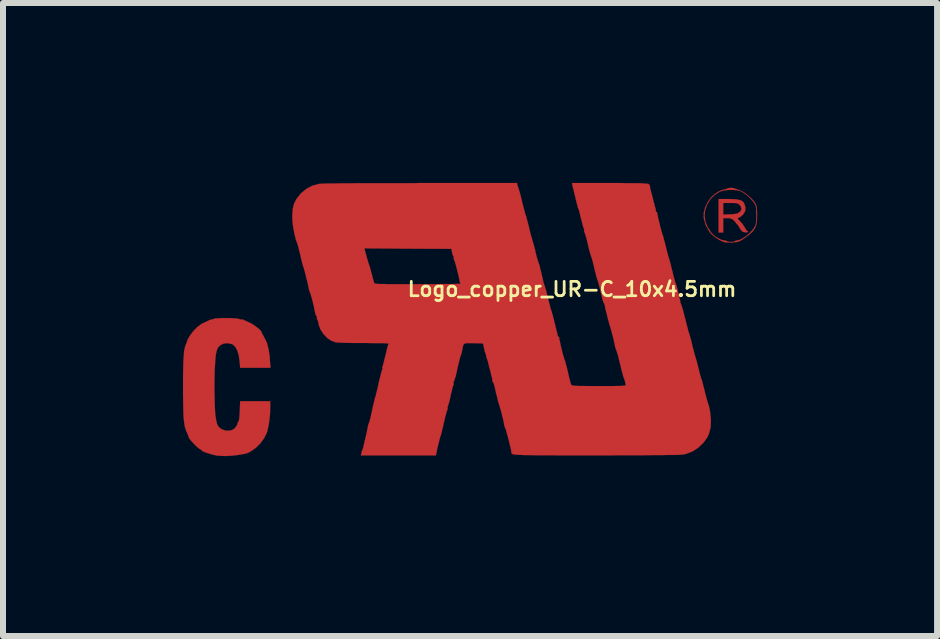
<source format=kicad_pcb>
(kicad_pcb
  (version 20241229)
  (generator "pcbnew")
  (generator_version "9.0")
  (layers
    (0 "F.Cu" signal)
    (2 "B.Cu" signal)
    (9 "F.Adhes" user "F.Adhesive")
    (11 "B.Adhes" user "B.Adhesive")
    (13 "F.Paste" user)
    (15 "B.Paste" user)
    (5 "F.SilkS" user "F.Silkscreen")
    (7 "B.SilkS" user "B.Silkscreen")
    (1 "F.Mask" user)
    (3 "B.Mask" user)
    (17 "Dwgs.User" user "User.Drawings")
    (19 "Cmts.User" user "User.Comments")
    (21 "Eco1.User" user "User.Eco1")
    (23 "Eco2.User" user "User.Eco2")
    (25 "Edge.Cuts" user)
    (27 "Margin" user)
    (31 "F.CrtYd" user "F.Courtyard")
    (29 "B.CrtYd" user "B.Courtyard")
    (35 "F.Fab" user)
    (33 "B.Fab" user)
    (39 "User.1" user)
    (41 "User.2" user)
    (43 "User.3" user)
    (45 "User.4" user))
  (footprint "Logo_copper_UR-C_10x4.5mm"
    (layer "F.Cu")
    (at 4.787 2.272)
    (property "Reference" "Logo_copper_UR-C_10x4.5mm" (at 1.7 -0.5 0) (layer "F.SilkS") (effects (font (size 0.239 0.239) (thickness 0.046))))
    (attr exclude_from_pos_files exclude_from_bom)
    (fp_poly (pts (xy 4.633 -1.46) (xy 4.623 -1.448) (xy 4.597 -1.448) (xy 4.564 -1.453) (xy 4.539 -1.463) (xy 4.531 -1.471) (xy 4.508 -1.499) (xy 4.488 -1.532) (xy 4.468 -1.565) (xy 4.435 -1.603) (xy 4.415 -1.628) (xy 4.381 -1.661) (xy 4.354 -1.676) (xy 4.323 -1.684) (xy 4.29 -1.684) (xy 4.221 -1.684) (xy 4.221 -1.565) (xy 4.221 -1.445) (xy 4.181 -1.445) (xy 4.143 -1.445) (xy 4.143 -1.725) (xy 4.143 -2.004) (xy 4.303 -2.004) (xy 4.392 -2.002) (xy 4.458 -1.996) (xy 4.508 -1.984) (xy 4.542 -1.966) (xy 4.567 -1.938) (xy 4.572 -1.925) (xy 4.592 -1.862) (xy 4.587 -1.803) (xy 4.554 -1.748) (xy 4.524 -1.72) (xy 4.524 -1.834) (xy 4.516 -1.875) (xy 4.496 -1.902) (xy 4.478 -1.92) (xy 4.458 -1.93) (xy 4.432 -1.935) (xy 4.392 -1.938) (xy 4.343 -1.938) (xy 4.221 -1.938) (xy 4.221 -1.841) (xy 4.221 -1.745) (xy 4.326 -1.748) (xy 4.381 -1.75) (xy 4.43 -1.758) (xy 4.46 -1.765) (xy 4.463 -1.765) (xy 4.506 -1.798) (xy 4.524 -1.834) (xy 4.524 -1.72) (xy 4.521 -1.717) (xy 4.491 -1.697) (xy 4.483 -1.694) (xy 4.465 -1.689) (xy 4.463 -1.679) (xy 4.473 -1.664) (xy 4.501 -1.633) (xy 4.506 -1.628) (xy 4.542 -1.587) (xy 4.572 -1.544) (xy 4.585 -1.521) (xy 4.602 -1.491) (xy 4.618 -1.473) (xy 4.62 -1.473) (xy 4.633 -1.463) (xy 4.633 -1.46)) (stroke (width 0.003) (type solid)) (fill yes) (layer "F.Cu"))
    (fp_poly (pts (xy 4.785 -1.737) (xy 4.783 -1.648) (xy 4.773 -1.575) (xy 4.773 -1.722) (xy 4.773 -1.732) (xy 4.77 -1.798) (xy 4.77 -1.844) (xy 4.765 -1.877) (xy 4.755 -1.905) (xy 4.74 -1.933) (xy 4.737 -1.938) (xy 4.696 -1.989) (xy 4.643 -2.045) (xy 4.582 -2.093) (xy 4.524 -2.131) (xy 4.514 -2.134) (xy 4.46 -2.149) (xy 4.392 -2.156) (xy 4.315 -2.156) (xy 4.242 -2.149) (xy 4.178 -2.131) (xy 4.163 -2.126) (xy 4.079 -2.073) (xy 4.008 -2.002) (xy 3.952 -1.913) (xy 3.917 -1.808) (xy 3.909 -1.72) (xy 3.924 -1.626) (xy 3.962 -1.532) (xy 4.021 -1.445) (xy 4.041 -1.422) (xy 4.082 -1.384) (xy 4.135 -1.351) (xy 4.186 -1.326) (xy 4.232 -1.313) (xy 4.242 -1.313) (xy 4.27 -1.308) (xy 4.282 -1.3) (xy 4.298 -1.293) (xy 4.333 -1.288) (xy 4.348 -1.288) (xy 4.384 -1.29) (xy 4.409 -1.298) (xy 4.415 -1.3) (xy 4.432 -1.311) (xy 4.453 -1.313) (xy 4.496 -1.323) (xy 4.549 -1.351) (xy 4.608 -1.389) (xy 4.663 -1.438) (xy 4.709 -1.488) (xy 4.737 -1.527) (xy 4.752 -1.554) (xy 4.763 -1.582) (xy 4.768 -1.615) (xy 4.77 -1.659) (xy 4.773 -1.722) (xy 4.773 -1.575) (xy 4.75 -1.516) (xy 4.714 -1.466) (xy 4.663 -1.417) (xy 4.59 -1.361) (xy 4.572 -1.349) (xy 4.524 -1.318) (xy 4.486 -1.298) (xy 4.45 -1.288) (xy 4.407 -1.283) (xy 4.381 -1.28) (xy 4.328 -1.28) (xy 4.28 -1.28) (xy 4.249 -1.283) (xy 4.204 -1.298) (xy 4.145 -1.328) (xy 4.087 -1.367) (xy 4.039 -1.407) (xy 4.018 -1.425) (xy 3.97 -1.491) (xy 3.929 -1.57) (xy 3.904 -1.656) (xy 3.896 -1.687) (xy 3.896 -1.773) (xy 3.919 -1.862) (xy 3.96 -1.951) (xy 4.016 -2.029) (xy 4.039 -2.052) (xy 4.089 -2.095) (xy 4.148 -2.131) (xy 4.201 -2.154) (xy 4.244 -2.164) (xy 4.272 -2.169) (xy 4.282 -2.177) (xy 4.3 -2.184) (xy 4.333 -2.189) (xy 4.374 -2.189) (xy 4.407 -2.182) (xy 4.417 -2.177) (xy 4.445 -2.167) (xy 4.486 -2.154) (xy 4.493 -2.151) (xy 4.539 -2.131) (xy 4.592 -2.098) (xy 4.648 -2.052) (xy 4.699 -2.004) (xy 4.74 -1.958) (xy 4.755 -1.933) (xy 4.77 -1.902) (xy 4.778 -1.869) (xy 4.783 -1.826) (xy 4.785 -1.768) (xy 4.785 -1.737)) (stroke (width 0.003) (type solid)) (fill yes) (layer "F.Cu"))
    (fp_poly (pts (xy -3.327 0.81) (xy -3.581 0.81) (xy -3.833 0.81) (xy -3.843 0.696) (xy -3.856 0.605) (xy -3.879 0.526) (xy -3.912 0.465) (xy -3.952 0.424) (xy -3.975 0.414) (xy -4.044 0.399) (xy -4.107 0.406) (xy -4.163 0.432) (xy -4.204 0.475) (xy -4.214 0.495) (xy -4.229 0.544) (xy -4.242 0.617) (xy -4.249 0.716) (xy -4.257 0.833) (xy -4.26 0.973) (xy -4.262 1.113) (xy -4.26 1.273) (xy -4.257 1.41) (xy -4.252 1.524) (xy -4.244 1.615) (xy -4.232 1.687) (xy -4.219 1.742) (xy -4.201 1.781) (xy -4.188 1.798) (xy -4.138 1.836) (xy -4.074 1.857) (xy -4.008 1.857) (xy -3.967 1.847) (xy -3.932 1.826) (xy -3.901 1.791) (xy -3.881 1.755) (xy -3.876 1.737) (xy -3.868 1.714) (xy -3.863 1.709) (xy -3.856 1.694) (xy -3.848 1.656) (xy -3.843 1.595) (xy -3.84 1.534) (xy -3.833 1.367) (xy -3.581 1.367) (xy -3.332 1.367) (xy -3.332 1.488) (xy -3.335 1.58) (xy -3.345 1.676) (xy -3.358 1.768) (xy -3.376 1.849) (xy -3.388 1.892) (xy -3.432 1.981) (xy -3.495 2.068) (xy -3.571 2.144) (xy -3.658 2.205) (xy -3.678 2.217) (xy -3.729 2.238) (xy -3.802 2.253) (xy -3.889 2.266) (xy -3.98 2.276) (xy -4.072 2.281) (xy -4.158 2.278) (xy -4.229 2.273) (xy -4.247 2.268) (xy -4.31 2.253) (xy -4.369 2.235) (xy -4.422 2.217) (xy -4.46 2.2) (xy -4.478 2.184) (xy -4.478 2.182) (xy -4.496 2.167) (xy -4.506 2.164) (xy -4.521 2.154) (xy -4.549 2.131) (xy -4.585 2.098) (xy -4.62 2.06) (xy -4.653 2.024) (xy -4.676 1.996) (xy -4.686 1.979) (xy -4.691 1.961) (xy -4.704 1.928) (xy -4.709 1.915) (xy -4.724 1.882) (xy -4.732 1.862) (xy -4.735 1.859) (xy -4.74 1.841) (xy -4.742 1.831) (xy -4.755 1.796) (xy -4.763 1.75) (xy -4.77 1.692) (xy -4.778 1.615) (xy -4.78 1.524) (xy -4.783 1.41) (xy -4.785 1.275) (xy -4.785 1.135) (xy -4.785 0.965) (xy -4.783 0.823) (xy -4.78 0.704) (xy -4.773 0.607) (xy -4.768 0.531) (xy -4.757 0.478) (xy -4.747 0.442) (xy -4.742 0.432) (xy -4.735 0.414) (xy -4.732 0.411) (xy -4.709 0.34) (xy -4.666 0.267) (xy -4.61 0.193) (xy -4.547 0.13) (xy -4.481 0.081) (xy -4.458 0.069) (xy -4.392 0.038) (xy -4.343 0.015) (xy -4.313 0.005) (xy -4.308 0.005) (xy -4.285 0) (xy -4.267 -0.008) (xy -4.242 -0.013) (xy -4.196 -0.015) (xy -4.138 -0.018) (xy -4.074 -0.018) (xy -4.006 -0.018) (xy -3.945 -0.015) (xy -3.894 -0.013) (xy -3.858 -0.005) (xy -3.848 -0.003) (xy -3.828 0.005) (xy -3.818 0.003) (xy -3.802 0.003) (xy -3.78 0.008) (xy -3.752 0.023) (xy -3.711 0.041) (xy -3.673 0.058) (xy -3.63 0.081) (xy -3.584 0.112) (xy -3.541 0.145) (xy -3.505 0.175) (xy -3.482 0.201) (xy -3.477 0.213) (xy -3.472 0.229) (xy -3.454 0.262) (xy -3.437 0.292) (xy -3.388 0.389) (xy -3.358 0.505) (xy -3.338 0.643) (xy -3.338 0.673) (xy -3.327 0.81)) (stroke (width 0.003) (type solid)) (fill yes) (layer "F.Cu"))
    (fp_poly (pts (xy 4.016 1.681) (xy 4.011 1.801) (xy 3.983 1.908) (xy 3.955 1.971) (xy 3.889 2.062) (xy 3.805 2.141) (xy 3.708 2.205) (xy 3.602 2.245) (xy 3.551 2.256) (xy 3.526 2.258) (xy 3.472 2.261) (xy 3.399 2.263) (xy 3.299 2.263) (xy 3.18 2.266) (xy 3.04 2.266) (xy 2.88 2.268) (xy 2.705 2.268) (xy 2.512 2.268) (xy 2.304 2.271) (xy 2.101 2.271) (xy 1.875 2.271) (xy 1.676 2.271) (xy 1.501 2.271) (xy 1.349 2.268) (xy 1.214 2.268) (xy 1.102 2.268) (xy 1.006 2.266) (xy 0.925 2.266) (xy 0.861 2.263) (xy 0.81 2.261) (xy 0.77 2.258) (xy 0.739 2.256) (xy 0.716 2.25) (xy 0.704 2.245) (xy 0.696 2.24) (xy 0.691 2.235) (xy 0.688 2.228) (xy 0.688 2.217) (xy 0.686 2.195) (xy 0.678 2.151) (xy 0.663 2.095) (xy 0.648 2.032) (xy 0.632 1.966) (xy 0.615 1.908) (xy 0.602 1.859) (xy 0.592 1.826) (xy 0.589 1.824) (xy 0.577 1.791) (xy 0.569 1.768) (xy 0.569 1.765) (xy 0.566 1.745) (xy 0.559 1.704) (xy 0.546 1.648) (xy 0.531 1.59) (xy 0.518 1.534) (xy 0.503 1.486) (xy 0.493 1.45) (xy 0.49 1.44) (xy 0.48 1.412) (xy 0.465 1.361) (xy 0.45 1.295) (xy 0.429 1.214) (xy 0.409 1.125) (xy 0.399 1.085) (xy 0.389 1.057) (xy 0.381 1.049) (xy 0.371 1.036) (xy 0.371 1.024) (xy 0.371 0.993) (xy 0.366 0.98) (xy 0.361 0.96) (xy 0.351 0.922) (xy 0.338 0.866) (xy 0.323 0.81) (xy 0.307 0.747) (xy 0.295 0.696) (xy 0.282 0.658) (xy 0.274 0.64) (xy 0.267 0.62) (xy 0.269 0.612) (xy 0.269 0.597) (xy 0.267 0.594) (xy 0.259 0.579) (xy 0.249 0.546) (xy 0.236 0.5) (xy 0.236 0.498) (xy 0.216 0.404) (xy 0.056 0.399) (xy -0.01 0.399) (xy -0.056 0.399) (xy -0.086 0.404) (xy -0.104 0.417) (xy -0.117 0.442) (xy -0.124 0.483) (xy -0.132 0.523) (xy -0.142 0.566) (xy -0.152 0.597) (xy -0.155 0.602) (xy -0.155 -0.592) (xy -0.17 -0.61) (xy -0.17 -0.617) (xy -0.175 -0.643) (xy -0.183 -0.683) (xy -0.196 -0.739) (xy -0.211 -0.8) (xy -0.226 -0.861) (xy -0.241 -0.917) (xy -0.254 -0.96) (xy -0.264 -0.986) (xy -0.267 -0.991) (xy -0.274 -1.016) (xy -0.272 -1.029) (xy -0.272 -1.044) (xy -0.277 -1.046) (xy -0.284 -1.059) (xy -0.295 -1.09) (xy -0.3 -1.11) (xy -0.31 -1.173) (xy -1.036 -1.176) (xy -1.763 -1.181) (xy -1.727 -1.052) (xy -1.712 -0.996) (xy -1.699 -0.953) (xy -1.689 -0.922) (xy -1.687 -0.914) (xy -1.679 -0.899) (xy -1.669 -0.866) (xy -1.661 -0.836) (xy -1.646 -0.777) (xy -1.628 -0.714) (xy -1.623 -0.688) (xy -1.61 -0.645) (xy -1.6 -0.612) (xy -1.598 -0.599) (xy -1.59 -0.597) (xy -1.575 -0.592) (xy -1.542 -0.589) (xy -1.496 -0.587) (xy -1.433 -0.587) (xy -1.351 -0.584) (xy -1.25 -0.584) (xy -1.128 -0.584) (xy -0.98 -0.584) (xy -0.866 -0.584) (xy -0.729 -0.584) (xy -0.602 -0.584) (xy -0.488 -0.587) (xy -0.386 -0.587) (xy -0.3 -0.587) (xy -0.231 -0.589) (xy -0.183 -0.589) (xy -0.157 -0.592) (xy -0.155 -0.592) (xy -0.155 0.602) (xy -0.157 0.61) (xy -0.163 0.625) (xy -0.173 0.66) (xy -0.185 0.714) (xy -0.201 0.777) (xy -0.211 0.823) (xy -0.226 0.892) (xy -0.241 0.955) (xy -0.257 1.001) (xy -0.264 1.031) (xy -0.269 1.036) (xy -0.277 1.054) (xy -0.274 1.064) (xy -0.272 1.09) (xy -0.277 1.095) (xy -0.284 1.113) (xy -0.295 1.151) (xy -0.307 1.204) (xy -0.323 1.265) (xy -0.323 1.273) (xy -0.338 1.339) (xy -0.351 1.392) (xy -0.363 1.43) (xy -0.371 1.45) (xy -0.376 1.473) (xy -0.373 1.481) (xy -0.376 1.506) (xy -0.381 1.516) (xy -0.389 1.534) (xy -0.399 1.575) (xy -0.414 1.628) (xy -0.429 1.694) (xy -0.437 1.725) (xy -0.452 1.796) (xy -0.467 1.857) (xy -0.48 1.908) (xy -0.488 1.938) (xy -0.49 1.946) (xy -0.5 1.968) (xy -0.511 2.012) (xy -0.523 2.065) (xy -0.531 2.09) (xy -0.544 2.146) (xy -0.554 2.197) (xy -0.561 2.233) (xy -0.564 2.24) (xy -0.569 2.271) (xy -1.196 2.271) (xy -1.821 2.271) (xy -1.811 2.228) (xy -1.801 2.192) (xy -1.791 2.172) (xy -1.791 2.169) (xy -1.786 2.154) (xy -1.775 2.113) (xy -1.763 2.06) (xy -1.748 1.994) (xy -1.73 1.92) (xy -1.714 1.844) (xy -1.704 1.791) (xy -1.697 1.758) (xy -1.687 1.732) (xy -1.679 1.714) (xy -1.669 1.676) (xy -1.656 1.623) (xy -1.641 1.557) (xy -1.633 1.519) (xy -1.618 1.448) (xy -1.603 1.384) (xy -1.59 1.333) (xy -1.582 1.3) (xy -1.577 1.293) (xy -1.572 1.273) (xy -1.562 1.229) (xy -1.547 1.171) (xy -1.532 1.102) (xy -1.527 1.074) (xy -1.509 1.003) (xy -1.494 0.94) (xy -1.481 0.892) (xy -1.473 0.859) (xy -1.468 0.851) (xy -1.46 0.826) (xy -1.463 0.813) (xy -1.466 0.798) (xy -1.46 0.79) (xy -1.453 0.772) (xy -1.443 0.734) (xy -1.43 0.681) (xy -1.415 0.617) (xy -1.412 0.61) (xy -1.397 0.546) (xy -1.384 0.49) (xy -1.372 0.45) (xy -1.367 0.429) (xy -1.364 0.429) (xy -1.359 0.411) (xy -1.361 0.406) (xy -1.377 0.404) (xy -1.415 0.401) (xy -1.473 0.399) (xy -1.549 0.399) (xy -1.636 0.399) (xy -1.735 0.396) (xy -1.773 0.396) (xy -1.877 0.396) (xy -1.976 0.396) (xy -2.065 0.394) (xy -2.141 0.391) (xy -2.2 0.389) (xy -2.238 0.384) (xy -2.243 0.384) (xy -2.314 0.358) (xy -2.383 0.312) (xy -2.443 0.249) (xy -2.492 0.175) (xy -2.522 0.097) (xy -2.527 0.069) (xy -2.535 0.033) (xy -2.545 0.01) (xy -2.548 0.005) (xy -2.555 -0.008) (xy -2.553 -0.025) (xy -2.553 -0.046) (xy -2.558 -0.051) (xy -2.57 -0.064) (xy -2.578 -0.091) (xy -2.581 -0.094) (xy -2.591 -0.147) (xy -2.603 -0.208) (xy -2.619 -0.274) (xy -2.634 -0.335) (xy -2.649 -0.386) (xy -2.659 -0.424) (xy -2.667 -0.442) (xy -2.677 -0.465) (xy -2.687 -0.5) (xy -2.687 -0.503) (xy -2.7 -0.566) (xy -2.715 -0.635) (xy -2.733 -0.701) (xy -2.748 -0.765) (xy -2.761 -0.815) (xy -2.771 -0.848) (xy -2.774 -0.856) (xy -2.781 -0.879) (xy -2.794 -0.919) (xy -2.809 -0.978) (xy -2.824 -1.044) (xy -2.827 -1.062) (xy -2.845 -1.13) (xy -2.86 -1.194) (xy -2.875 -1.245) (xy -2.885 -1.278) (xy -2.888 -1.28) (xy -2.908 -1.339) (xy -2.926 -1.415) (xy -2.944 -1.504) (xy -2.957 -1.593) (xy -2.964 -1.676) (xy -2.964 -1.725) (xy -2.957 -1.834) (xy -2.934 -1.928) (xy -2.891 -2.009) (xy -2.827 -2.09) (xy -2.817 -2.101) (xy -2.728 -2.174) (xy -2.631 -2.225) (xy -2.52 -2.256) (xy -2.517 -2.256) (xy -2.492 -2.258) (xy -2.438 -2.261) (xy -2.362 -2.263) (xy -2.261 -2.263) (xy -2.136 -2.266) (xy -1.991 -2.266) (xy -1.824 -2.268) (xy -1.633 -2.268) (xy -1.427 -2.268) (xy -1.199 -2.268) (xy -0.955 -2.268) (xy -0.826 -2.271) (xy 0.782 -2.271) (xy 0.79 -2.233) (xy 0.8 -2.202) (xy 0.808 -2.184) (xy 0.815 -2.159) (xy 0.815 -2.156) (xy 0.823 -2.134) (xy 0.826 -2.123) (xy 0.831 -2.103) (xy 0.843 -2.062) (xy 0.856 -2.009) (xy 0.871 -1.943) (xy 0.874 -1.93) (xy 0.892 -1.864) (xy 0.907 -1.806) (xy 0.919 -1.76) (xy 0.927 -1.735) (xy 0.93 -1.732) (xy 0.937 -1.709) (xy 0.947 -1.666) (xy 0.963 -1.61) (xy 0.98 -1.544) (xy 0.983 -1.532) (xy 0.998 -1.466) (xy 1.013 -1.407) (xy 1.026 -1.361) (xy 1.034 -1.336) (xy 1.034 -1.333) (xy 1.041 -1.311) (xy 1.054 -1.267) (xy 1.069 -1.212) (xy 1.087 -1.146) (xy 1.087 -1.14) (xy 1.102 -1.074) (xy 1.118 -1.019) (xy 1.13 -0.973) (xy 1.14 -0.95) (xy 1.14 -0.947) (xy 1.148 -0.925) (xy 1.161 -0.884) (xy 1.173 -0.831) (xy 1.189 -0.772) (xy 1.201 -0.714) (xy 1.214 -0.665) (xy 1.219 -0.632) (xy 1.222 -0.622) (xy 1.227 -0.602) (xy 1.24 -0.569) (xy 1.24 -0.566) (xy 1.25 -0.536) (xy 1.265 -0.488) (xy 1.28 -0.427) (xy 1.298 -0.358) (xy 1.3 -0.351) (xy 1.316 -0.284) (xy 1.331 -0.229) (xy 1.341 -0.183) (xy 1.349 -0.16) (xy 1.349 -0.157) (xy 1.359 -0.132) (xy 1.361 -0.124) (xy 1.367 -0.102) (xy 1.372 -0.091) (xy 1.377 -0.071) (xy 1.387 -0.03) (xy 1.4 0.02) (xy 1.412 0.071) (xy 1.427 0.132) (xy 1.44 0.185) (xy 1.45 0.221) (xy 1.455 0.239) (xy 1.46 0.267) (xy 1.46 0.274) (xy 1.468 0.29) (xy 1.473 0.292) (xy 1.486 0.302) (xy 1.486 0.31) (xy 1.488 0.333) (xy 1.499 0.376) (xy 1.509 0.429) (xy 1.524 0.49) (xy 1.539 0.551) (xy 1.554 0.607) (xy 1.567 0.65) (xy 1.575 0.678) (xy 1.577 0.683) (xy 1.585 0.699) (xy 1.595 0.737) (xy 1.61 0.792) (xy 1.626 0.859) (xy 1.633 0.889) (xy 1.648 0.958) (xy 1.664 1.019) (xy 1.676 1.064) (xy 1.687 1.092) (xy 1.689 1.097) (xy 1.699 1.102) (xy 1.722 1.107) (xy 1.76 1.11) (xy 1.816 1.113) (xy 1.892 1.113) (xy 1.991 1.115) (xy 2.111 1.115) (xy 2.151 1.115) (xy 2.273 1.115) (xy 2.372 1.115) (xy 2.449 1.113) (xy 2.504 1.113) (xy 2.545 1.11) (xy 2.573 1.107) (xy 2.588 1.105) (xy 2.596 1.1) (xy 2.596 1.095) (xy 2.596 1.092) (xy 2.588 1.062) (xy 2.581 1.029) (xy 2.57 0.996) (xy 2.563 0.975) (xy 2.555 0.958) (xy 2.545 0.919) (xy 2.53 0.866) (xy 2.515 0.803) (xy 2.51 0.782) (xy 2.494 0.716) (xy 2.479 0.658) (xy 2.469 0.612) (xy 2.461 0.587) (xy 2.459 0.584) (xy 2.451 0.556) (xy 2.449 0.551) (xy 2.443 0.528) (xy 2.431 0.5) (xy 2.421 0.47) (xy 2.416 0.45) (xy 2.413 0.427) (xy 2.403 0.386) (xy 2.393 0.335) (xy 2.377 0.277) (xy 2.362 0.218) (xy 2.349 0.17) (xy 2.339 0.137) (xy 2.337 0.124) (xy 2.327 0.102) (xy 2.316 0.058) (xy 2.301 0.005) (xy 2.286 -0.056) (xy 2.271 -0.117) (xy 2.256 -0.173) (xy 2.248 -0.218) (xy 2.243 -0.241) (xy 2.243 -0.244) (xy 2.238 -0.262) (xy 2.233 -0.264) (xy 2.225 -0.277) (xy 2.215 -0.307) (xy 2.205 -0.34) (xy 2.179 -0.45) (xy 2.159 -0.536) (xy 2.141 -0.602) (xy 2.129 -0.643) (xy 2.123 -0.655) (xy 2.116 -0.678) (xy 2.103 -0.721) (xy 2.09 -0.777) (xy 2.073 -0.843) (xy 2.07 -0.856) (xy 2.055 -0.922) (xy 2.04 -0.98) (xy 2.027 -1.026) (xy 2.017 -1.052) (xy 2.017 -1.054) (xy 2.009 -1.077) (xy 1.996 -1.12) (xy 1.981 -1.176) (xy 1.966 -1.242) (xy 1.963 -1.252) (xy 1.948 -1.318) (xy 1.933 -1.374) (xy 1.92 -1.417) (xy 1.91 -1.44) (xy 1.908 -1.443) (xy 1.9 -1.468) (xy 1.902 -1.478) (xy 1.902 -1.501) (xy 1.897 -1.509) (xy 1.892 -1.524) (xy 1.88 -1.562) (xy 1.867 -1.613) (xy 1.852 -1.671) (xy 1.836 -1.732) (xy 1.824 -1.786) (xy 1.814 -1.821) (xy 1.806 -1.839) (xy 1.798 -1.862) (xy 1.798 -1.864) (xy 1.791 -1.887) (xy 1.788 -1.897) (xy 1.783 -1.918) (xy 1.773 -1.956) (xy 1.76 -2.009) (xy 1.745 -2.073) (xy 1.73 -2.136) (xy 1.714 -2.197) (xy 1.704 -2.24) (xy 1.699 -2.271) (xy 2.329 -2.271) (xy 2.479 -2.271) (xy 2.603 -2.268) (xy 2.705 -2.268) (xy 2.786 -2.268) (xy 2.852 -2.266) (xy 2.901 -2.263) (xy 2.936 -2.261) (xy 2.959 -2.258) (xy 2.974 -2.256) (xy 2.982 -2.25) (xy 2.997 -2.228) (xy 3 -2.212) (xy 3.002 -2.187) (xy 3.005 -2.177) (xy 3.01 -2.156) (xy 3.02 -2.116) (xy 3.035 -2.062) (xy 3.048 -2.012) (xy 3.063 -1.951) (xy 3.076 -1.9) (xy 3.086 -1.864) (xy 3.091 -1.852) (xy 3.096 -1.826) (xy 3.096 -1.814) (xy 3.099 -1.796) (xy 3.106 -1.791) (xy 3.119 -1.781) (xy 3.119 -1.77) (xy 3.124 -1.75) (xy 3.132 -1.707) (xy 3.145 -1.651) (xy 3.16 -1.59) (xy 3.175 -1.529) (xy 3.19 -1.473) (xy 3.203 -1.427) (xy 3.211 -1.402) (xy 3.213 -1.4) (xy 3.221 -1.377) (xy 3.231 -1.333) (xy 3.246 -1.278) (xy 3.264 -1.212) (xy 3.266 -1.201) (xy 3.282 -1.135) (xy 3.297 -1.077) (xy 3.31 -1.034) (xy 3.317 -1.008) (xy 3.325 -0.988) (xy 3.335 -0.947) (xy 3.35 -0.892) (xy 3.365 -0.826) (xy 3.373 -0.803) (xy 3.388 -0.734) (xy 3.404 -0.678) (xy 3.416 -0.635) (xy 3.421 -0.612) (xy 3.424 -0.61) (xy 3.429 -0.594) (xy 3.442 -0.561) (xy 3.454 -0.513) (xy 3.467 -0.46) (xy 3.482 -0.401) (xy 3.493 -0.351) (xy 3.503 -0.312) (xy 3.505 -0.29) (xy 3.51 -0.269) (xy 3.523 -0.236) (xy 3.523 -0.234) (xy 3.533 -0.206) (xy 3.548 -0.157) (xy 3.564 -0.097) (xy 3.581 -0.025) (xy 3.592 0.005) (xy 3.607 0.076) (xy 3.625 0.14) (xy 3.637 0.191) (xy 3.647 0.224) (xy 3.65 0.231) (xy 3.658 0.254) (xy 3.67 0.297) (xy 3.686 0.353) (xy 3.701 0.419) (xy 3.703 0.432) (xy 3.721 0.498) (xy 3.736 0.556) (xy 3.749 0.602) (xy 3.757 0.627) (xy 3.757 0.63) (xy 3.764 0.653) (xy 3.777 0.696) (xy 3.792 0.752) (xy 3.807 0.815) (xy 3.81 0.823) (xy 3.825 0.886) (xy 3.84 0.945) (xy 3.853 0.988) (xy 3.863 1.013) (xy 3.871 1.036) (xy 3.881 1.079) (xy 3.896 1.138) (xy 3.914 1.204) (xy 3.917 1.222) (xy 3.934 1.288) (xy 3.95 1.344) (xy 3.962 1.387) (xy 3.97 1.412) (xy 3.97 1.415) (xy 3.978 1.433) (xy 3.988 1.471) (xy 3.998 1.521) (xy 4.003 1.554) (xy 4.016 1.681)) (stroke (width 0.003) (type solid)) (fill yes) (layer "F.Cu")))
  (gr_rect
    (start -3 -3)
    (end 12.573 7.554)
    (stroke (width 0.1) (type default))
    (fill no)
    (layer "Edge.Cuts")))
</source>
